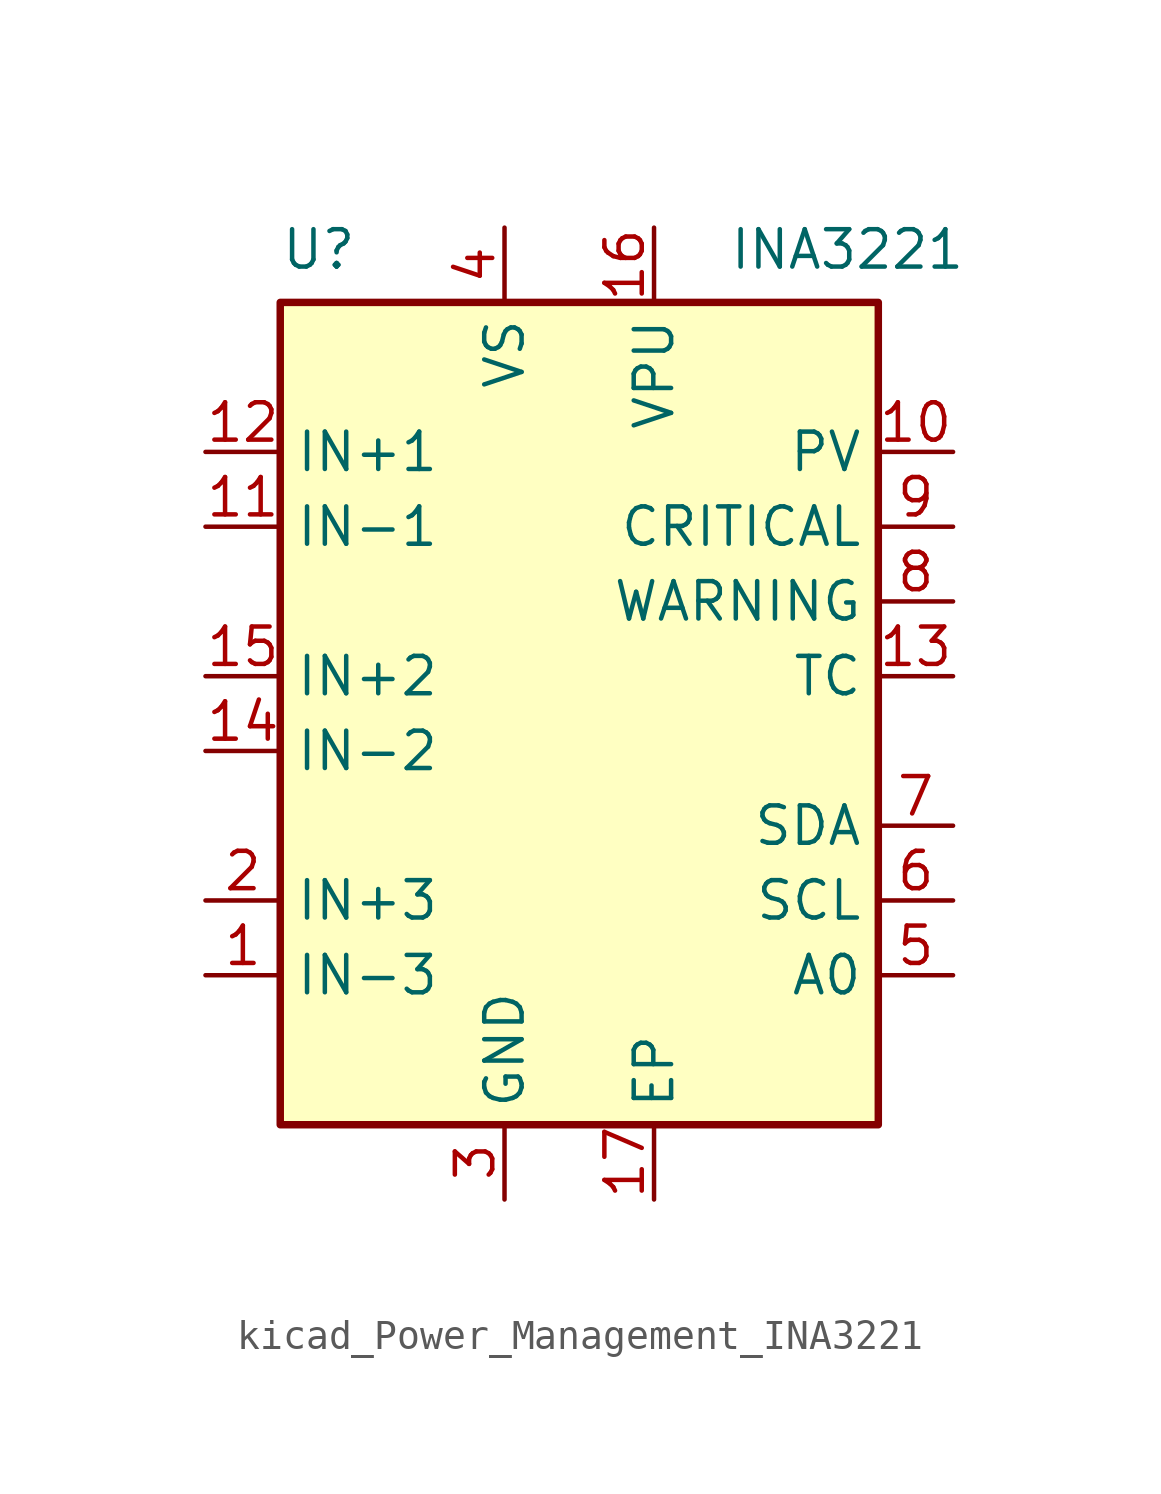
<source format=kicad_sym>
(kicad_symbol_lib
  (version 20220914)
  (generator kicad_symbol_editor)
  (symbol "kicad_Power_Management_INA3221"
    (property "Reference" "U"
      (at -10.16 17.78 0)
      (effects (font (size 1.27 1.27)) (justify left top)))
    (property "Value" "INA3221"
      (at 5.08 17.78 0)
      (effects (font (size 1.27 1.27)) (justify left top)))
    (symbol "kicad_Power_Management_INA3221_0_1"
      (rectangle (start 10.16 -12.7) (end -10.16 15.24) (stroke (width 0.254) (type default)) (fill (type background))))
    (symbol "kicad_Power_Management_INA3221_1_1"
      (pin input line (at -12.7 -7.62 0) (length 2.54) (name "IN-3" (effects (font (size 1.27 1.27)))) (number "1" (effects (font (size 1.27 1.27)))))
      (pin open_collector line (at 12.7 10.16 180) (length 2.54) (name "PV" (effects (font (size 1.27 1.27)))) (number "10" (effects (font (size 1.27 1.27)))))
      (pin input line (at -12.7 7.62 0) (length 2.54) (name "IN-1" (effects (font (size 1.27 1.27)))) (number "11" (effects (font (size 1.27 1.27)))))
      (pin input line (at -12.7 10.16 0) (length 2.54) (name "IN+1" (effects (font (size 1.27 1.27)))) (number "12" (effects (font (size 1.27 1.27)))))
      (pin open_collector line (at 12.7 2.54 180) (length 2.54) (name "TC" (effects (font (size 1.27 1.27)))) (number "13" (effects (font (size 1.27 1.27)))))
      (pin input line (at -12.7 0 0) (length 2.54) (name "IN-2" (effects (font (size 1.27 1.27)))) (number "14" (effects (font (size 1.27 1.27)))))
      (pin input line (at -12.7 2.54 0) (length 2.54) (name "IN+2" (effects (font (size 1.27 1.27)))) (number "15" (effects (font (size 1.27 1.27)))))
      (pin power_in line (at 2.54 17.78 270) (length 2.54) (name "VPU" (effects (font (size 1.27 1.27)))) (number "16" (effects (font (size 1.27 1.27)))))
      (pin passive line (at 2.54 -15.24 90) (length 2.54) (name "EP" (effects (font (size 1.27 1.27)))) (number "17" (effects (font (size 1.27 1.27)))))
      (pin input line (at -12.7 -5.08 0) (length 2.54) (name "IN+3" (effects (font (size 1.27 1.27)))) (number "2" (effects (font (size 1.27 1.27)))))
      (pin power_in line (at -2.54 -15.24 90) (length 2.54) (name "GND" (effects (font (size 1.27 1.27)))) (number "3" (effects (font (size 1.27 1.27)))))
      (pin power_in line (at -2.54 17.78 270) (length 2.54) (name "VS" (effects (font (size 1.27 1.27)))) (number "4" (effects (font (size 1.27 1.27)))))
      (pin input line (at 12.7 -7.62 180) (length 2.54) (name "A0" (effects (font (size 1.27 1.27)))) (number "5" (effects (font (size 1.27 1.27)))))
      (pin input line (at 12.7 -5.08 180) (length 2.54) (name "SCL" (effects (font (size 1.27 1.27)))) (number "6" (effects (font (size 1.27 1.27)))))
      (pin bidirectional line (at 12.7 -2.54 180) (length 2.54) (name "SDA" (effects (font (size 1.27 1.27)))) (number "7" (effects (font (size 1.27 1.27)))))
      (pin open_collector line (at 12.7 5.08 180) (length 2.54) (name "WARNING" (effects (font (size 1.27 1.27)))) (number "8" (effects (font (size 1.27 1.27)))))
      (pin open_collector line (at 12.7 7.62 180) (length 2.54) (name "CRITICAL" (effects (font (size 1.27 1.27)))) (number "9" (effects (font (size 1.27 1.27))))))))
</source>
